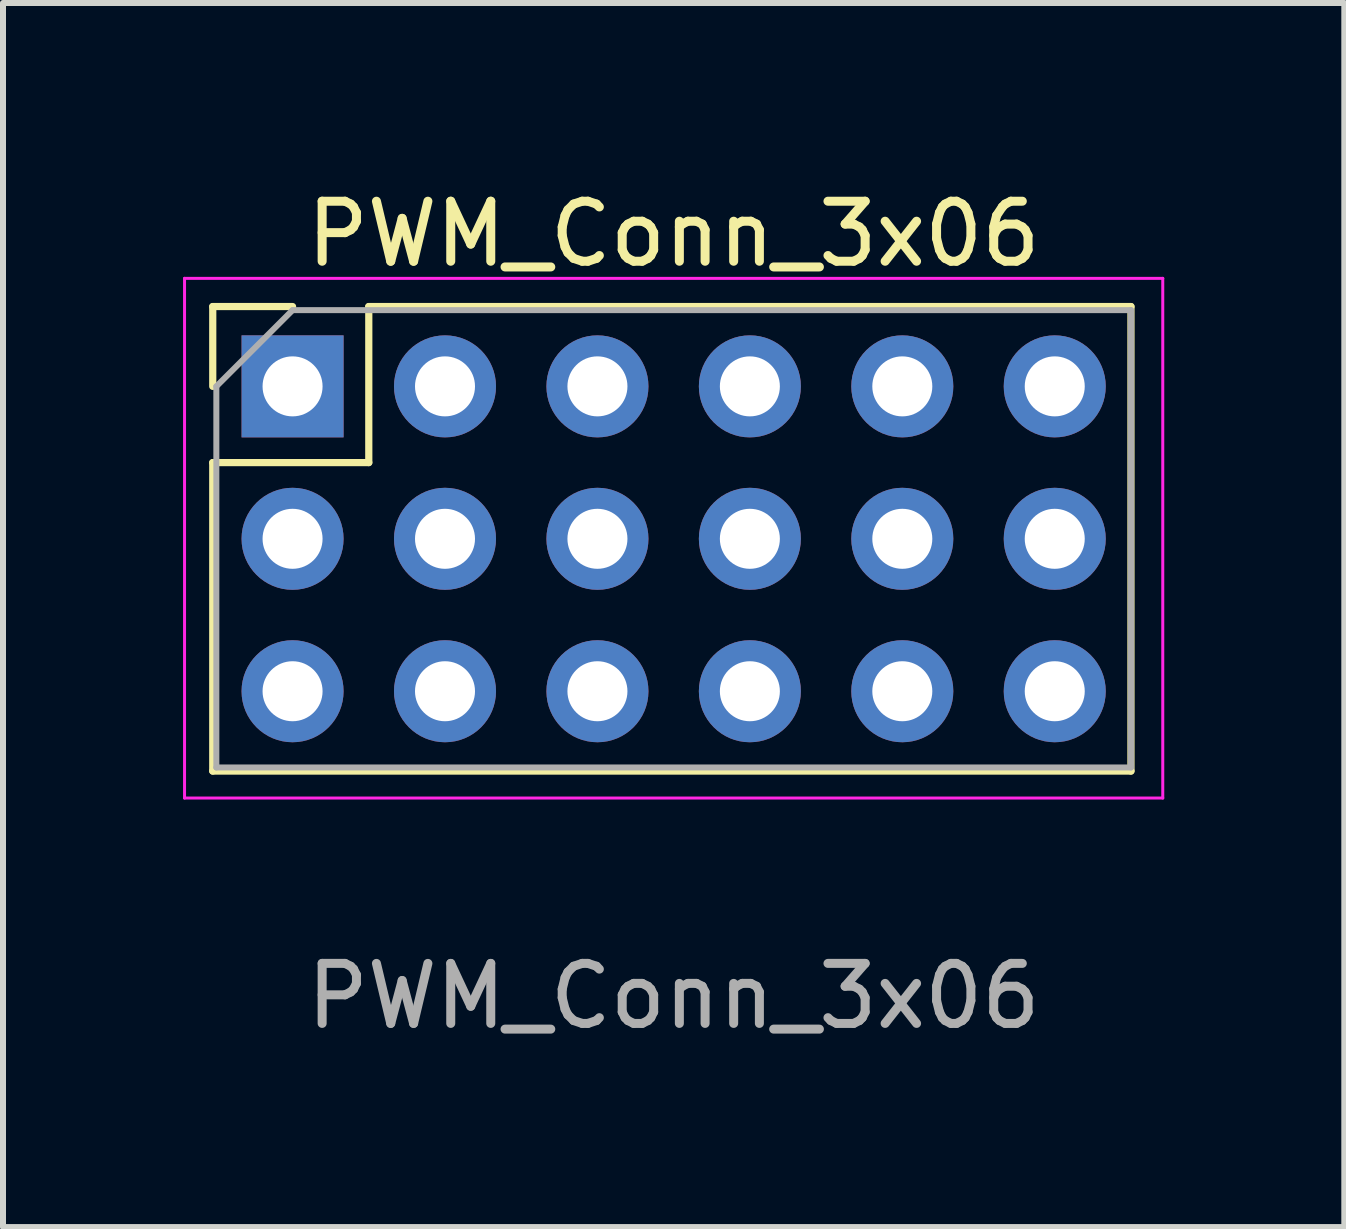
<source format=kicad_pcb>
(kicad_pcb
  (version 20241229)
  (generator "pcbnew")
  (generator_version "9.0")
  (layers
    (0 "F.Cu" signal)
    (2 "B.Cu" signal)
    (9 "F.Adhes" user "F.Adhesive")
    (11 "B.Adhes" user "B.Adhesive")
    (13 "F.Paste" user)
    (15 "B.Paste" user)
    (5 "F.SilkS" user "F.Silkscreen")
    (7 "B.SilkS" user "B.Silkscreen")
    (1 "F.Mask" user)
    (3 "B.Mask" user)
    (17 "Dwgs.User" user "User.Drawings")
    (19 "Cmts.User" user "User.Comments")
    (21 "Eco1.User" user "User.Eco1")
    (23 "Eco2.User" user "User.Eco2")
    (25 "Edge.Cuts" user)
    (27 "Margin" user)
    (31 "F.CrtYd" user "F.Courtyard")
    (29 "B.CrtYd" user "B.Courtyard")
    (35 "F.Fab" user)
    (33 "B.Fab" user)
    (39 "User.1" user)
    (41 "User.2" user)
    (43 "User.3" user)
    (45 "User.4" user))
  (footprint "PWM_Conn_3x06"
    (layer "F.Cu")
    (at 8.175 5.928)
    (property "Reference" "PWM_Conn_3x06" (at 0 -5.08 0) (unlocked yes) (layer "F.SilkS") (effects (font (size 1 1) (thickness 0.15))))
    (attr through_hole)
    (fp_line (start -7.68 -3.87) (end -6.35 -3.87) (stroke (width 0.12) (type solid)) (layer "F.SilkS"))
    (fp_line (start -7.68 -2.54) (end -7.68 -3.87) (stroke (width 0.12) (type solid)) (layer "F.SilkS"))
    (fp_line (start -7.68 -1.27) (end -7.68 3.87) (stroke (width 0.12) (type solid)) (layer "F.SilkS"))
    (fp_line (start -7.68 -1.27) (end -5.08 -1.27) (stroke (width 0.12) (type solid)) (layer "F.SilkS"))
    (fp_line (start -7.68 3.87) (end 7.62 3.87) (stroke (width 0.12) (type solid)) (layer "F.SilkS"))
    (fp_line (start -5.08 -3.87) (end 7.62 -3.87) (stroke (width 0.12) (type solid)) (layer "F.SilkS"))
    (fp_line (start -5.08 -1.27) (end -5.08 -3.87) (stroke (width 0.12) (type solid)) (layer "F.SilkS"))
    (fp_line (start 7.62 -3.87) (end 7.62 3.87) (stroke (width 0.12) (type solid)) (layer "F.SilkS"))
    (fp_line (start -8.15 -4.34) (end -8.15 4.32) (stroke (width 0.05) (type solid)) (layer "F.CrtYd"))
    (fp_line (start -8.15 4.32) (end 8.15 4.32) (stroke (width 0.05) (type solid)) (layer "F.CrtYd"))
    (fp_line (start 8.15 -4.34) (end -8.15 -4.34) (stroke (width 0.05) (type solid)) (layer "F.CrtYd"))
    (fp_line (start 8.15 4.32) (end 8.15 -4.34) (stroke (width 0.05) (type solid)) (layer "F.CrtYd"))
    (fp_line (start -7.62 -2.54) (end -6.35 -3.81) (stroke (width 0.1) (type solid)) (layer "F.Fab"))
    (fp_line (start -7.62 3.81) (end -7.62 -2.54) (stroke (width 0.1) (type solid)) (layer "F.Fab"))
    (fp_line (start -6.35 -3.81) (end 7.62 -3.81) (stroke (width 0.1) (type solid)) (layer "F.Fab"))
    (fp_line (start 7.62 -3.81) (end 7.62 3.81) (stroke (width 0.1) (type solid)) (layer "F.Fab"))
    (fp_line (start 7.62 3.81) (end -7.62 3.81) (stroke (width 0.1) (type solid)) (layer "F.Fab"))
    (fp_text user "${REFERENCE}" (at 0 7.62 180) (layer "F.Fab") (effects (font (size 1 1) (thickness 0.15))))
    (pad "1" thru_hole rect (at -6.35 -2.54) (size 1.7 1.7) (drill 1) (layers "*.Cu" "*.Mask"))
    (pad "2" thru_hole oval (at -3.81 -2.54) (size 1.7 1.7) (drill 1) (layers "*.Cu" "*.Mask"))
    (pad "3" thru_hole oval (at -1.27 -2.54) (size 1.7 1.7) (drill 1) (layers "*.Cu" "*.Mask"))
    (pad "4" thru_hole oval (at 1.27 -2.54) (size 1.7 1.7) (drill 1) (layers "*.Cu" "*.Mask"))
    (pad "5" thru_hole oval (at 3.81 -2.54) (size 1.7 1.7) (drill 1) (layers "*.Cu" "*.Mask"))
    (pad "6" thru_hole oval (at 6.35 -2.54) (size 1.7 1.7) (drill 1) (layers "*.Cu" "*.Mask"))
    (pad "7" thru_hole oval (at -6.35 0) (size 1.7 1.7) (drill 1) (layers "*.Cu" "*.Mask"))
    (pad "7" thru_hole oval (at -3.81 0) (size 1.7 1.7) (drill 1) (layers "*.Cu" "*.Mask"))
    (pad "7" thru_hole oval (at -1.27 0) (size 1.7 1.7) (drill 1) (layers "*.Cu" "*.Mask"))
    (pad "7" thru_hole oval (at 1.27 0) (size 1.7 1.7) (drill 1) (layers "*.Cu" "*.Mask"))
    (pad "7" thru_hole oval (at 3.81 0) (size 1.7 1.7) (drill 1) (layers "*.Cu" "*.Mask"))
    (pad "7" thru_hole oval (at 6.35 0) (size 1.7 1.7) (drill 1) (layers "*.Cu" "*.Mask"))
    (pad "8" thru_hole oval (at -6.35 2.54) (size 1.7 1.7) (drill 1) (layers "*.Cu" "*.Mask"))
    (pad "8" thru_hole oval (at -3.81 2.54) (size 1.7 1.7) (drill 1) (layers "*.Cu" "*.Mask"))
    (pad "8" thru_hole oval (at -1.27 2.54) (size 1.7 1.7) (drill 1) (layers "*.Cu" "*.Mask"))
    (pad "8" thru_hole oval (at 1.27 2.54) (size 1.7 1.7) (drill 1) (layers "*.Cu" "*.Mask"))
    (pad "8" thru_hole oval (at 3.81 2.54) (size 1.7 1.7) (drill 1) (layers "*.Cu" "*.Mask"))
    (pad "8" thru_hole oval (at 6.35 2.54) (size 1.7 1.7) (drill 1) (layers "*.Cu" "*.Mask")))
  (gr_rect
    (start -3 -3)
    (end 19.35 17.396)
    (stroke (width 0.1) (type default))
    (fill no)
    (layer "Edge.Cuts")))
</source>
